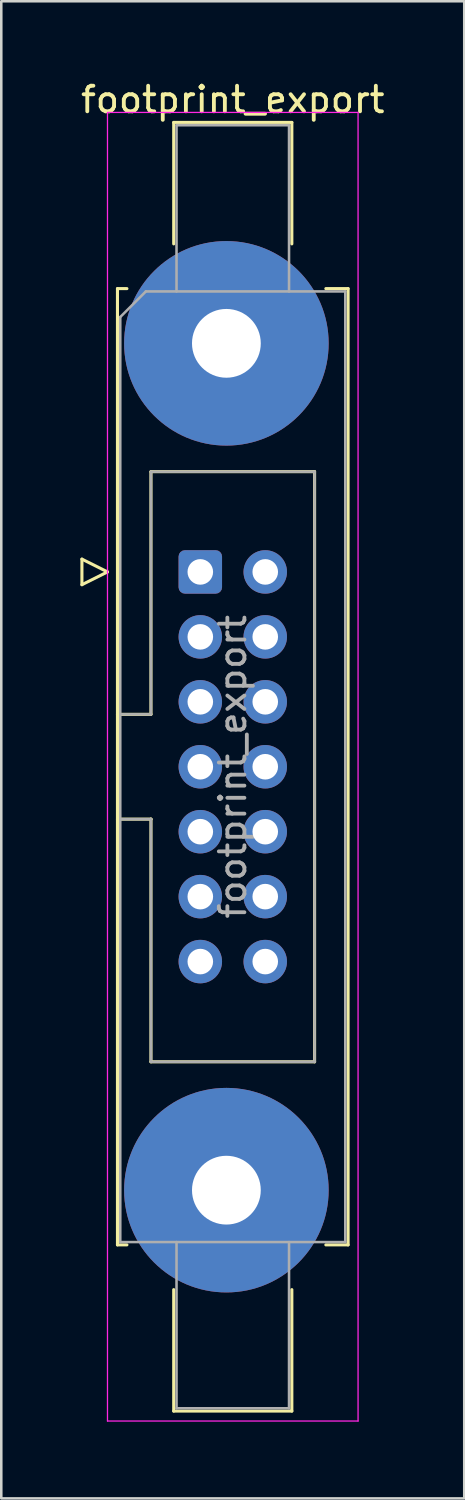
<source format=kicad_pcb>
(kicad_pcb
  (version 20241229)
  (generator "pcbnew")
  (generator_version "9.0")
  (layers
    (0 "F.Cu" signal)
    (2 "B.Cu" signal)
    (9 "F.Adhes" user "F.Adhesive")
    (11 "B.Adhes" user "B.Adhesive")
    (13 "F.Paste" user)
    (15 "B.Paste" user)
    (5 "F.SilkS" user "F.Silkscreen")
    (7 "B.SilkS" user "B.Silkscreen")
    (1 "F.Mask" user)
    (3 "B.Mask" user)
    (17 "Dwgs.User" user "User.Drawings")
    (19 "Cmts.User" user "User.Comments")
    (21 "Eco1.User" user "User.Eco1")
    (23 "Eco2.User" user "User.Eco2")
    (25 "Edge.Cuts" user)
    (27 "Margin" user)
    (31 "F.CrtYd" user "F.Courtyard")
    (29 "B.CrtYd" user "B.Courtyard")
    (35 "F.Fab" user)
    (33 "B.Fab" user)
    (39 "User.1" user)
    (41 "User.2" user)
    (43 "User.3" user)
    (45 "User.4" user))
  (footprint "footprint_export"
    (layer "F.Cu")
    (at 4.784 19.318)
    (property "Reference" "footprint_export" (at 1.27 -18.47 0) (layer "F.SilkS") (effects (font (size 1 1) (thickness 0.15))))
    (attr through_hole)
    (fp_line (start -4.63 -0.5) (end -4.63 0.5) (stroke (width 0.12) (type solid)) (layer "F.SilkS"))
    (fp_line (start -4.63 0.5) (end -3.63 0) (stroke (width 0.12) (type solid)) (layer "F.SilkS"))
    (fp_line (start -3.63 0) (end -4.63 -0.5) (stroke (width 0.12) (type solid)) (layer "F.SilkS"))
    (fp_line (start -3.24 -11.08) (end -3.24 26.32) (stroke (width 0.12) (type solid)) (layer "F.SilkS"))
    (fp_line (start -3.24 5.57) (end -1.93 5.57) (stroke (width 0.12) (type solid)) (layer "F.SilkS"))
    (fp_line (start -3.24 26.32) (end -2.87 26.32) (stroke (width 0.12) (type solid)) (layer "F.SilkS"))
    (fp_line (start -2.87 -11.08) (end -3.24 -11.08) (stroke (width 0.12) (type solid)) (layer "F.SilkS"))
    (fp_line (start -1.93 -3.92) (end 4.47 -3.92) (stroke (width 0.12) (type solid)) (layer "F.SilkS"))
    (fp_line (start -1.93 5.57) (end -1.93 -3.92) (stroke (width 0.12) (type solid)) (layer "F.SilkS"))
    (fp_line (start -1.93 9.67) (end -3.24 9.67) (stroke (width 0.12) (type solid)) (layer "F.SilkS"))
    (fp_line (start -1.93 9.67) (end -1.93 9.67) (stroke (width 0.12) (type solid)) (layer "F.SilkS"))
    (fp_line (start -1.93 19.16) (end -1.93 9.67) (stroke (width 0.12) (type solid)) (layer "F.SilkS"))
    (fp_line (start -1.04 -17.58) (end 3.58 -17.58) (stroke (width 0.12) (type solid)) (layer "F.SilkS"))
    (fp_line (start -1.04 -12.83) (end -1.04 -17.58) (stroke (width 0.12) (type solid)) (layer "F.SilkS"))
    (fp_line (start -1.04 28.07) (end -1.04 32.82) (stroke (width 0.12) (type solid)) (layer "F.SilkS"))
    (fp_line (start -1.04 32.82) (end 3.58 32.82) (stroke (width 0.12) (type solid)) (layer "F.SilkS"))
    (fp_line (start 3.58 -17.58) (end 3.58 -12.83) (stroke (width 0.12) (type solid)) (layer "F.SilkS"))
    (fp_line (start 3.58 32.82) (end 3.58 28.07) (stroke (width 0.12) (type solid)) (layer "F.SilkS"))
    (fp_line (start 4.47 -3.92) (end 4.47 19.16) (stroke (width 0.12) (type solid)) (layer "F.SilkS"))
    (fp_line (start 4.47 19.16) (end -1.93 19.16) (stroke (width 0.12) (type solid)) (layer "F.SilkS"))
    (fp_line (start 4.91 -11.08) (end 5.78 -11.08) (stroke (width 0.12) (type solid)) (layer "F.SilkS"))
    (fp_line (start 5.78 -11.08) (end 5.78 26.32) (stroke (width 0.12) (type solid)) (layer "F.SilkS"))
    (fp_line (start 5.78 26.32) (end 4.91 26.32) (stroke (width 0.12) (type solid)) (layer "F.SilkS"))
    (fp_line (start -3.63 -17.97) (end -3.63 33.21) (stroke (width 0.05) (type solid)) (layer "F.CrtYd"))
    (fp_line (start -3.63 33.21) (end 6.17 33.21) (stroke (width 0.05) (type solid)) (layer "F.CrtYd"))
    (fp_line (start 6.17 -17.97) (end -3.63 -17.97) (stroke (width 0.05) (type solid)) (layer "F.CrtYd"))
    (fp_line (start 6.17 33.21) (end 6.17 -17.97) (stroke (width 0.05) (type solid)) (layer "F.CrtYd"))
    (fp_line (start -3.13 -9.97) (end -2.13 -10.97) (stroke (width 0.1) (type solid)) (layer "F.Fab"))
    (fp_line (start -3.13 5.57) (end -1.93 5.57) (stroke (width 0.1) (type solid)) (layer "F.Fab"))
    (fp_line (start -3.13 26.21) (end -3.13 -9.97) (stroke (width 0.1) (type solid)) (layer "F.Fab"))
    (fp_line (start -2.13 -10.97) (end 5.67 -10.97) (stroke (width 0.1) (type solid)) (layer "F.Fab"))
    (fp_line (start -1.93 -3.92) (end 4.47 -3.92) (stroke (width 0.1) (type solid)) (layer "F.Fab"))
    (fp_line (start -1.93 5.57) (end -1.93 -3.92) (stroke (width 0.1) (type solid)) (layer "F.Fab"))
    (fp_line (start -1.93 9.67) (end -3.13 9.67) (stroke (width 0.1) (type solid)) (layer "F.Fab"))
    (fp_line (start -1.93 9.67) (end -1.93 9.67) (stroke (width 0.1) (type solid)) (layer "F.Fab"))
    (fp_line (start -1.93 19.16) (end -1.93 9.67) (stroke (width 0.1) (type solid)) (layer "F.Fab"))
    (fp_line (start -0.93 -17.47) (end 3.47 -17.47) (stroke (width 0.1) (type solid)) (layer "F.Fab"))
    (fp_line (start -0.93 -10.97) (end -0.93 -17.47) (stroke (width 0.1) (type solid)) (layer "F.Fab"))
    (fp_line (start -0.93 26.21) (end -0.93 32.71) (stroke (width 0.1) (type solid)) (layer "F.Fab"))
    (fp_line (start -0.93 32.71) (end 3.47 32.71) (stroke (width 0.1) (type solid)) (layer "F.Fab"))
    (fp_line (start 3.47 -17.47) (end 3.47 -10.97) (stroke (width 0.1) (type solid)) (layer "F.Fab"))
    (fp_line (start 3.47 32.71) (end 3.47 26.21) (stroke (width 0.1) (type solid)) (layer "F.Fab"))
    (fp_line (start 4.47 -3.92) (end 4.47 19.16) (stroke (width 0.1) (type solid)) (layer "F.Fab"))
    (fp_line (start 4.47 19.16) (end -1.93 19.16) (stroke (width 0.1) (type solid)) (layer "F.Fab"))
    (fp_line (start 5.67 -10.97) (end 5.67 26.21) (stroke (width 0.1) (type solid)) (layer "F.Fab"))
    (fp_line (start 5.67 26.21) (end -3.13 26.21) (stroke (width 0.1) (type solid)) (layer "F.Fab"))
    (fp_text user "${REFERENCE}" (at 1.27 7.62 90) (layer "F.Fab") (effects (font (size 1 1) (thickness 0.15))))
    (pad "1" thru_hole roundrect (at 0 0) (size 1.7 1.7) (drill 1) (layers "*.Cu" "*.Mask") (roundrect_rratio 0.147))
    (pad "2" thru_hole circle (at 2.54 0) (size 1.7 1.7) (drill 1) (layers "*.Cu" "*.Mask"))
    (pad "3" thru_hole circle (at 0 2.54) (size 1.7 1.7) (drill 1) (layers "*.Cu" "*.Mask"))
    (pad "4" thru_hole circle (at 2.54 2.54) (size 1.7 1.7) (drill 1) (layers "*.Cu" "*.Mask"))
    (pad "5" thru_hole circle (at 0 5.08) (size 1.7 1.7) (drill 1) (layers "*.Cu" "*.Mask"))
    (pad "6" thru_hole circle (at 2.54 5.08) (size 1.7 1.7) (drill 1) (layers "*.Cu" "*.Mask"))
    (pad "7" thru_hole circle (at 0 7.62) (size 1.7 1.7) (drill 1) (layers "*.Cu" "*.Mask"))
    (pad "8" thru_hole circle (at 2.54 7.62) (size 1.7 1.7) (drill 1) (layers "*.Cu" "*.Mask"))
    (pad "9" thru_hole circle (at 0 10.16) (size 1.7 1.7) (drill 1) (layers "*.Cu" "*.Mask"))
    (pad "10" thru_hole circle (at 2.54 10.16) (size 1.7 1.7) (drill 1) (layers "*.Cu" "*.Mask"))
    (pad "11" thru_hole circle (at 0 12.7) (size 1.7 1.7) (drill 1) (layers "*.Cu" "*.Mask"))
    (pad "12" thru_hole circle (at 2.54 12.7) (size 1.7 1.7) (drill 1) (layers "*.Cu" "*.Mask"))
    (pad "13" thru_hole circle (at 0 15.24) (size 1.7 1.7) (drill 1) (layers "*.Cu" "*.Mask"))
    (pad "14" thru_hole circle (at 2.54 15.24) (size 1.7 1.7) (drill 1) (layers "*.Cu" "*.Mask"))
    (pad "MP" thru_hole circle (at 1.02 -8.94) (size 8 8) (drill 2.69) (layers "*.Cu" "*.Mask"))
    (pad "MP" thru_hole circle (at 1.02 24.18) (size 8 8) (drill 2.69) (layers "*.Cu" "*.Mask")))
  (gr_rect
    (start -3 -3)
    (end 15.107 55.553)
    (stroke (width 0.1) (type default))
    (fill no)
    (layer "Edge.Cuts")))
</source>
